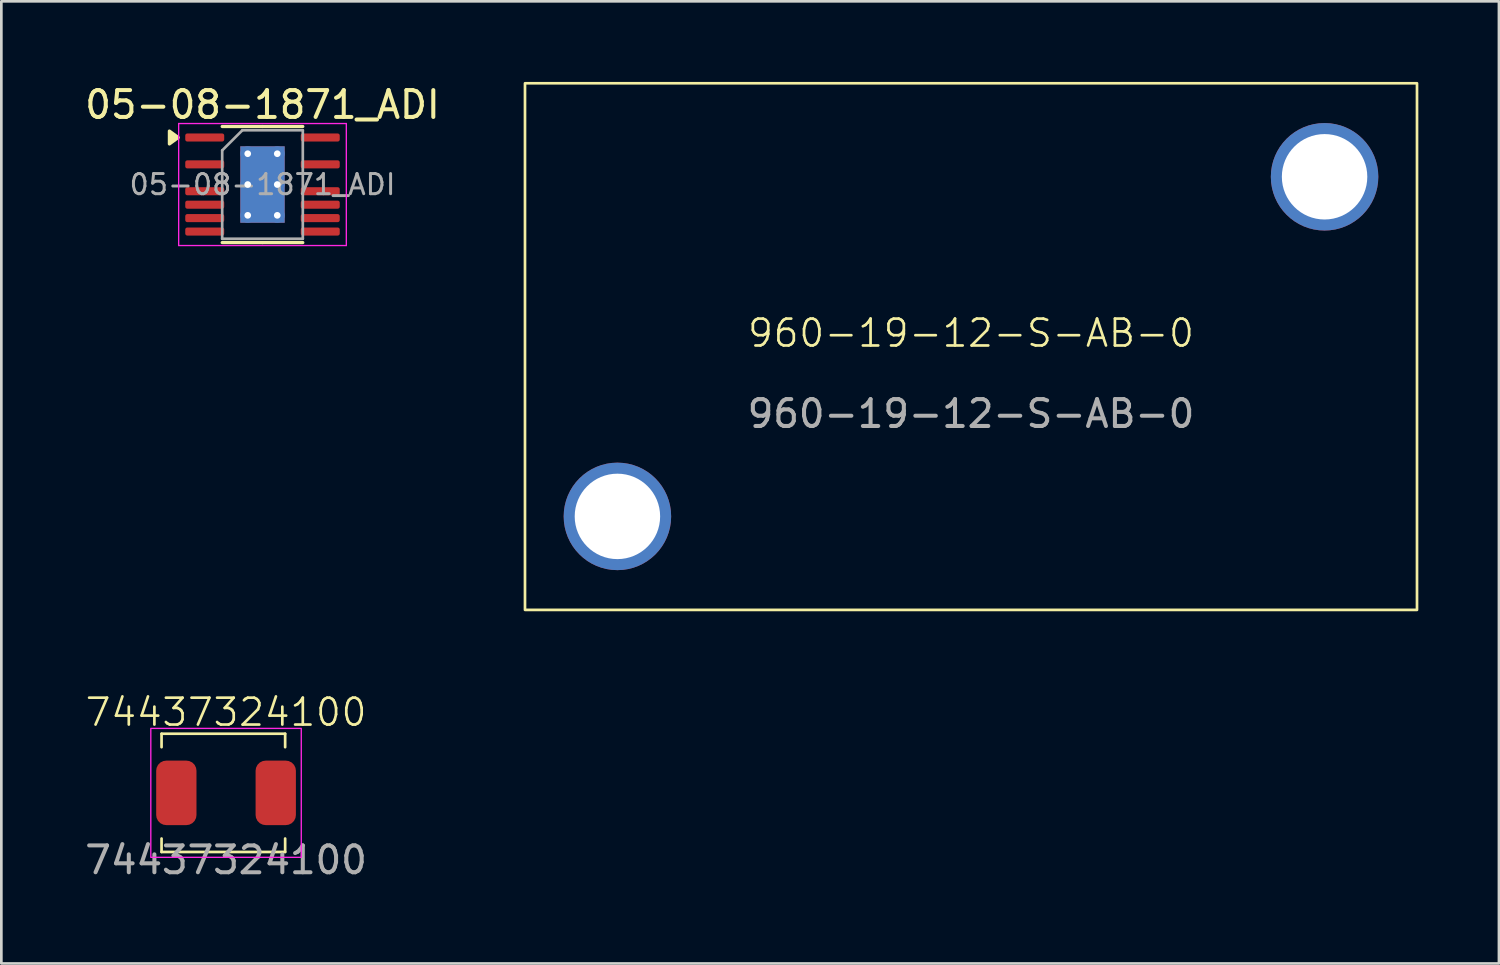
<source format=kicad_pcb>
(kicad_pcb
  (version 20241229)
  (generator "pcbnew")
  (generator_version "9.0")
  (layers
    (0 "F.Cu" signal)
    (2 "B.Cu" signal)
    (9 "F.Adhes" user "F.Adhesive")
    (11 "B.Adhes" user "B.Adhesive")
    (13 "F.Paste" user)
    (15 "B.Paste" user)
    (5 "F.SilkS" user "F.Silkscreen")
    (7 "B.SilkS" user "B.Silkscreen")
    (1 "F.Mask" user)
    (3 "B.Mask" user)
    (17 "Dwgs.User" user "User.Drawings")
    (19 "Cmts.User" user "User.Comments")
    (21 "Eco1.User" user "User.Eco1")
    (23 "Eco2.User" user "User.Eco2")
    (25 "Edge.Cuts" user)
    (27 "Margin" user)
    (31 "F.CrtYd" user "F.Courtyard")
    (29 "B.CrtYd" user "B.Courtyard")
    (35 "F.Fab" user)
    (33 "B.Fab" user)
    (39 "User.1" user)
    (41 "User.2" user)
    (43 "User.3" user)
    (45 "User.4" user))
  (footprint "74437324100"
    (layer "F.Cu")
    (at 5.363 26.46)
    (property "Reference" "74437324100" (at 0 -3 0) (unlocked yes) (layer "F.SilkS") (effects (font (size 1 1) (thickness 0.1))))
    (attr smd)
    (fp_line (start -2.4 -2.2) (end -2.4 -1.7) (stroke (width 0.1) (type default)) (layer "F.SilkS"))
    (fp_line (start -2.4 -2.2) (end 2.2 -2.2) (stroke (width 0.1) (type default)) (layer "F.SilkS"))
    (fp_line (start -2.4 2.2) (end -2.4 1.7) (stroke (width 0.1) (type default)) (layer "F.SilkS"))
    (fp_line (start 2.2 -2.2) (end 2.2 -1.7) (stroke (width 0.1) (type default)) (layer "F.SilkS"))
    (fp_line (start 2.2 2.2) (end -2.4 2.2) (stroke (width 0.1) (type default)) (layer "F.SilkS"))
    (fp_line (start 2.2 2.2) (end 2.2 1.7) (stroke (width 0.1) (type default)) (layer "F.SilkS"))
    (fp_rect (start -2.8 -2.4) (end 2.8 2.4) (stroke (width 0.05) (type default)) (fill no) (layer "F.CrtYd"))
    (fp_text user "${REFERENCE}" (at 0 2.5 0) (unlocked yes) (layer "F.Fab") (effects (font (size 1 1) (thickness 0.15))))
    (pad "1" smd roundrect (at -1.85 0) (size 1.5 2.4) (layers "F.Cu" "F.Mask" "F.Paste") (roundrect_rratio 0.25))
    (pad "2" smd roundrect (at 1.85 0) (size 1.5 2.4) (layers "F.Cu" "F.Mask" "F.Paste") (roundrect_rratio 0.25)))
  (footprint "960-19-12-S-AB-0"
    (layer "F.Cu")
    (at 33.09 9.85)
    (property "Reference" "960-19-12-S-AB-0" (at 0 -0.5 0) (unlocked yes) (layer "F.SilkS") (effects (font (size 1 1) (thickness 0.1))))
    (attr through_hole)
    (fp_rect (start -16.6 -9.8) (end 16.6 9.8) (stroke (width 0.1) (type default)) (fill no) (layer "F.SilkS"))
    (fp_text user "${REFERENCE}" (at 0 2.5 0) (unlocked yes) (layer "F.Fab") (effects (font (size 1 1) (thickness 0.15))))
    (pad "1" thru_hole circle (at -13.16 6.32) (size 4 4) (drill 3.18) (layers "*.Cu" "*.Mask"))
    (pad "1" thru_hole circle (at 13.16 -6.32) (size 4 4) (drill 3.18) (layers "*.Cu" "*.Mask")))
  (footprint "05-08-1871_ADI"
    (layer "F.Cu")
    (at 6.72 3.818)
    (property "Reference" "05-08-1871_ADI" (at 0 -2.97 0) (layer "F.SilkS") (effects (font (size 1 1) (thickness 0.15))))
    (attr smd)
    (fp_line (start 0 -2.16) (end -1.5 -2.16) (stroke (width 0.12) (type solid)) (layer "F.SilkS"))
    (fp_line (start 0 -2.16) (end 1.5 -2.16) (stroke (width 0.12) (type solid)) (layer "F.SilkS"))
    (fp_line (start 0 2.16) (end -1.5 2.16) (stroke (width 0.12) (type solid)) (layer "F.SilkS"))
    (fp_line (start 0 2.16) (end 1.5 2.16) (stroke (width 0.12) (type solid)) (layer "F.SilkS"))
    (fp_poly (pts (xy -3.135 -1.75) (xy -3.465 -1.99) (xy -3.465 -1.51) (xy -3.135 -1.75)) (stroke (width 0.12) (type solid)) (fill yes) (layer "F.SilkS"))
    (fp_line (start -3.12 -2.27) (end -3.12 2.27) (stroke (width 0.05) (type solid)) (layer "F.CrtYd"))
    (fp_line (start -3.12 2.27) (end 3.12 2.27) (stroke (width 0.05) (type solid)) (layer "F.CrtYd"))
    (fp_line (start 3.12 -2.27) (end -3.12 -2.27) (stroke (width 0.05) (type solid)) (layer "F.CrtYd"))
    (fp_line (start 3.12 2.27) (end 3.12 -2.27) (stroke (width 0.05) (type solid)) (layer "F.CrtYd"))
    (fp_line (start -1.5 -1.27) (end -0.75 -2.019) (stroke (width 0.1) (type solid)) (layer "F.Fab"))
    (fp_line (start -1.5 2.019) (end -1.5 -1.27) (stroke (width 0.1) (type solid)) (layer "F.Fab"))
    (fp_line (start -0.75 -2.019) (end 1.5 -2.019) (stroke (width 0.1) (type solid)) (layer "F.Fab"))
    (fp_line (start 1.5 -2.019) (end 1.5 2.019) (stroke (width 0.1) (type solid)) (layer "F.Fab"))
    (fp_line (start 1.5 2.019) (end -1.5 2.019) (stroke (width 0.1) (type solid)) (layer "F.Fab"))
    (fp_text user "${REFERENCE}" (at 0 0 0) (layer "F.Fab") (effects (font (size 0.75 0.75) (thickness 0.11))))
    (pad "" smd roundrect (at -0.415 -0.71) (size 0.69 1.19) (layers "F.Paste") (roundrect_rratio 0.25))
    (pad "" smd roundrect (at -0.415 0.71) (size 0.69 1.19) (layers "F.Paste") (roundrect_rratio 0.25))
    (pad "" smd roundrect (at 0.415 -0.71) (size 0.69 1.19) (layers "F.Paste") (roundrect_rratio 0.25))
    (pad "" smd roundrect (at 0.415 0.71) (size 0.69 1.19) (layers "F.Paste") (roundrect_rratio 0.25))
    (pad "1" smd roundrect (at -2.15 -1.75) (size 1.45 0.3) (layers "F.Cu" "F.Mask" "F.Paste") (roundrect_rratio 0.25))
    (pad "3" smd roundrect (at -2.15 -0.75) (size 1.45 0.3) (layers "F.Cu" "F.Mask" "F.Paste") (roundrect_rratio 0.25))
    (pad "5" smd roundrect (at -2.15 0.25) (size 1.45 0.3) (layers "F.Cu" "F.Mask" "F.Paste") (roundrect_rratio 0.25))
    (pad "6" smd roundrect (at -2.15 0.75) (size 1.45 0.3) (layers "F.Cu" "F.Mask" "F.Paste") (roundrect_rratio 0.25))
    (pad "7" smd roundrect (at -2.15 1.25) (size 1.45 0.3) (layers "F.Cu" "F.Mask" "F.Paste") (roundrect_rratio 0.25))
    (pad "8" smd roundrect (at -2.15 1.75) (size 1.45 0.3) (layers "F.Cu" "F.Mask" "F.Paste") (roundrect_rratio 0.25))
    (pad "9" smd roundrect (at 2.15 1.75) (size 1.45 0.3) (layers "F.Cu" "F.Mask" "F.Paste") (roundrect_rratio 0.25))
    (pad "10" smd roundrect (at 2.15 1.25) (size 1.45 0.3) (layers "F.Cu" "F.Mask" "F.Paste") (roundrect_rratio 0.25))
    (pad "11" smd roundrect (at 2.15 0.75) (size 1.45 0.3) (layers "F.Cu" "F.Mask" "F.Paste") (roundrect_rratio 0.25))
    (pad "12" smd roundrect (at 2.15 0.25) (size 1.45 0.3) (layers "F.Cu" "F.Mask" "F.Paste") (roundrect_rratio 0.25))
    (pad "14" smd roundrect (at 2.15 -0.75) (size 1.45 0.3) (layers "F.Cu" "F.Mask" "F.Paste") (roundrect_rratio 0.25))
    (pad "16" smd roundrect (at 2.15 -1.75) (size 1.45 0.3) (layers "F.Cu" "F.Mask" "F.Paste") (roundrect_rratio 0.25))
    (pad "17" thru_hole circle (at -0.55 -1.147) (size 0.55 0.55) (drill 0.25) (property pad_prop_heatsink) (layers "*.Cu"))
    (pad "17" thru_hole circle (at -0.55 0) (size 0.55 0.55) (drill 0.25) (property pad_prop_heatsink) (layers "*.Cu"))
    (pad "17" thru_hole circle (at -0.55 1.147) (size 0.55 0.55) (drill 0.25) (property pad_prop_heatsink) (layers "*.Cu"))
    (pad "17" smd rect (at 0 0) (size 1.651 2.845) (property pad_prop_heatsink) (layers "F.Cu" "F.Mask"))
    (pad "17" smd rect (at 0 0) (size 1.651 2.845) (property pad_prop_heatsink) (layers "B.Cu"))
    (pad "17" thru_hole circle (at 0.55 -1.147) (size 0.55 0.55) (drill 0.25) (property pad_prop_heatsink) (layers "*.Cu"))
    (pad "17" thru_hole circle (at 0.55 0) (size 0.55 0.55) (drill 0.25) (property pad_prop_heatsink) (layers "*.Cu"))
    (pad "17" thru_hole circle (at 0.55 1.147) (size 0.55 0.55) (drill 0.25) (property pad_prop_heatsink) (layers "*.Cu")))
  (gr_rect
    (start -3 -3)
    (end 52.74 32.809)
    (stroke (width 0.1) (type default))
    (fill no)
    (layer "Edge.Cuts")))
</source>
